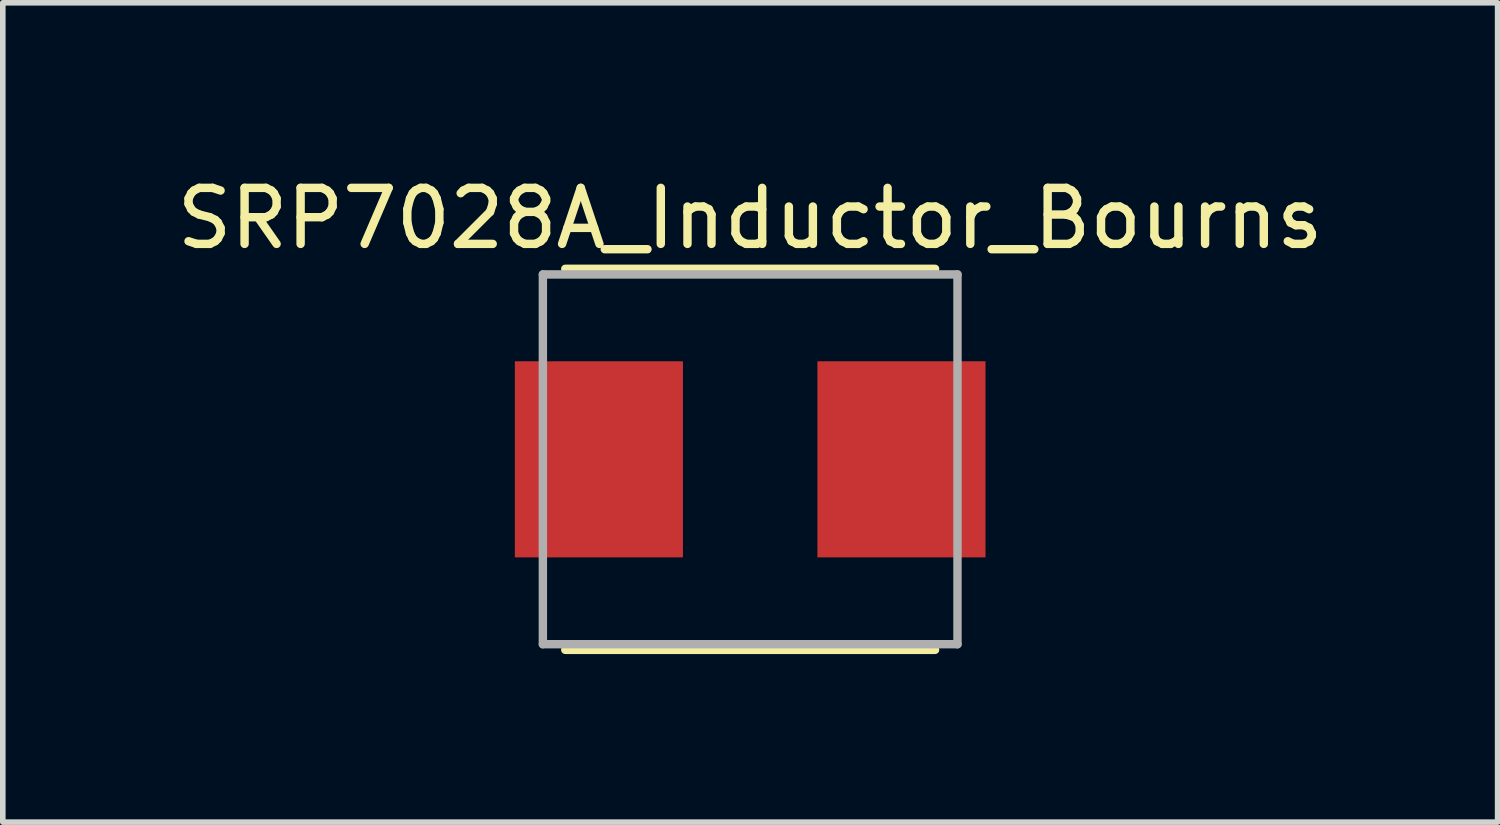
<source format=kicad_pcb>
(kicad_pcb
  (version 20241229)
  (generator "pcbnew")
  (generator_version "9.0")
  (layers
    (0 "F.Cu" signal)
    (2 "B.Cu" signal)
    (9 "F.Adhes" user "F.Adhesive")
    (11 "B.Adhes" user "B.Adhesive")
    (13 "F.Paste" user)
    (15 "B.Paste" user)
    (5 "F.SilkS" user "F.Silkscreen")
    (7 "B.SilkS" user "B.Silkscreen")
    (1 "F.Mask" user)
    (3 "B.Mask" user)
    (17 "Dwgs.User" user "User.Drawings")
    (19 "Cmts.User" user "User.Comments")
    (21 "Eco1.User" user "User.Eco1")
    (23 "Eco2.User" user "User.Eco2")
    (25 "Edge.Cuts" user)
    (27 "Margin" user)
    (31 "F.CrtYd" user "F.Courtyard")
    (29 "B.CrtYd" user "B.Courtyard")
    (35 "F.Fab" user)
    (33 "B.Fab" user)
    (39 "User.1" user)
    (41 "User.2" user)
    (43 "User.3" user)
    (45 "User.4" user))
  (footprint "SRP7028A_Inductor_Bourns"
    (layer "F.Cu")
    (at 10.339 5.148)
    (property "Reference" "SRP7028A_Inductor_Bourns" (at 0 -4.3 0) (layer "F.SilkS") (effects (font (size 1 1) (thickness 0.15))))
    (attr through_hole)
    (fp_line (start 3.3 -3.4) (end -3.3 -3.4) (stroke (width 0.15) (type solid)) (layer "F.SilkS"))
    (fp_line (start 3.3 3.4) (end -3.3 3.4) (stroke (width 0.15) (type solid)) (layer "F.SilkS"))
    (fp_line (start -3.7 -3.3) (end -3.7 3.3) (stroke (width 0.15) (type solid)) (layer "F.Fab"))
    (fp_line (start -3.7 3.3) (end 3.7 3.3) (stroke (width 0.15) (type solid)) (layer "F.Fab"))
    (fp_line (start 3.7 -3.3) (end -3.7 -3.3) (stroke (width 0.15) (type solid)) (layer "F.Fab"))
    (fp_line (start 3.7 3.3) (end 3.7 -3.3) (stroke (width 0.15) (type solid)) (layer "F.Fab"))
    (pad "1" smd rect (at -2.7 0) (size 3 3.5) (layers "F.Cu" "F.Mask" "F.Paste"))
    (pad "2" smd rect (at 2.7 0) (size 3 3.5) (layers "F.Cu" "F.Mask" "F.Paste")))
  (gr_rect
    (start -3 -3)
    (end 23.679 11.623)
    (stroke (width 0.1) (type default))
    (fill no)
    (layer "Edge.Cuts")))
</source>
